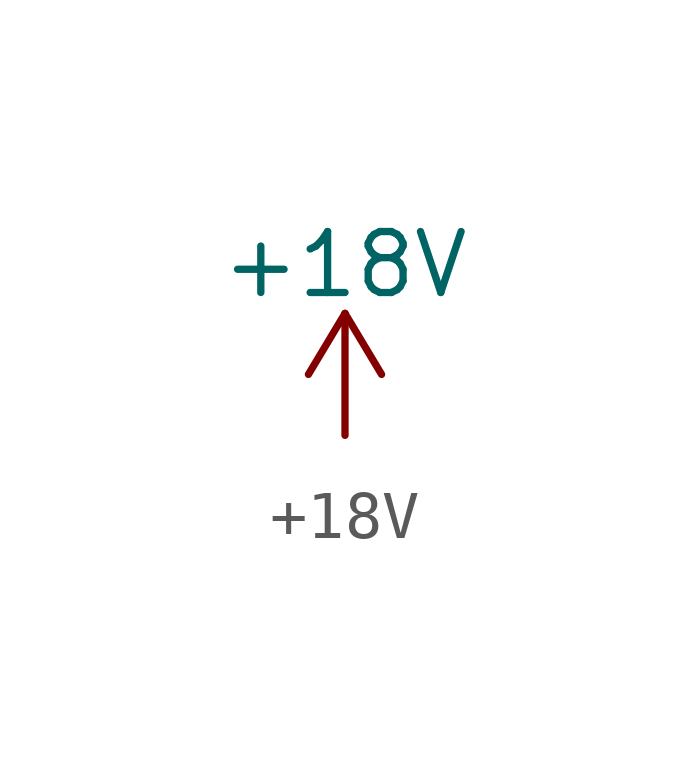
<source format=kicad_sym>
(kicad_symbol_lib
  (version 20211014)
  (generator kicad_symbol_editor)
  (symbol "+18V"
    (power)
    (pin_names
      (offset 0))
    (property "Reference" "#PWR"
      (at 0 -3.81 0)
      (effects (font (size 1.27 1.27)) hide))
    (property "Value" "+18V"
      (at 0 3.556 0)
      (effects (font (size 1.27 1.27))))
    (symbol "+18V_0_1"
      (polyline (pts (xy -0.762 1.27) (xy 0 2.54)) (stroke (width 0) (type default) (color 0 0 0 0)) (fill (type none)))
      (polyline (pts (xy 0 0) (xy 0 2.54)) (stroke (width 0) (type default) (color 0 0 0 0)) (fill (type none)))
      (polyline (pts (xy 0 2.54) (xy 0.762 1.27)) (stroke (width 0) (type default) (color 0 0 0 0)) (fill (type none))))
    (symbol "+18V_1_1"
      (pin power_in line (at 0 0 90) (length 0) hide (name "+7.5V" (effects (font (size 1.27 1.27)))) (number "1" (effects (font (size 1.27 1.27))))))))
</source>
